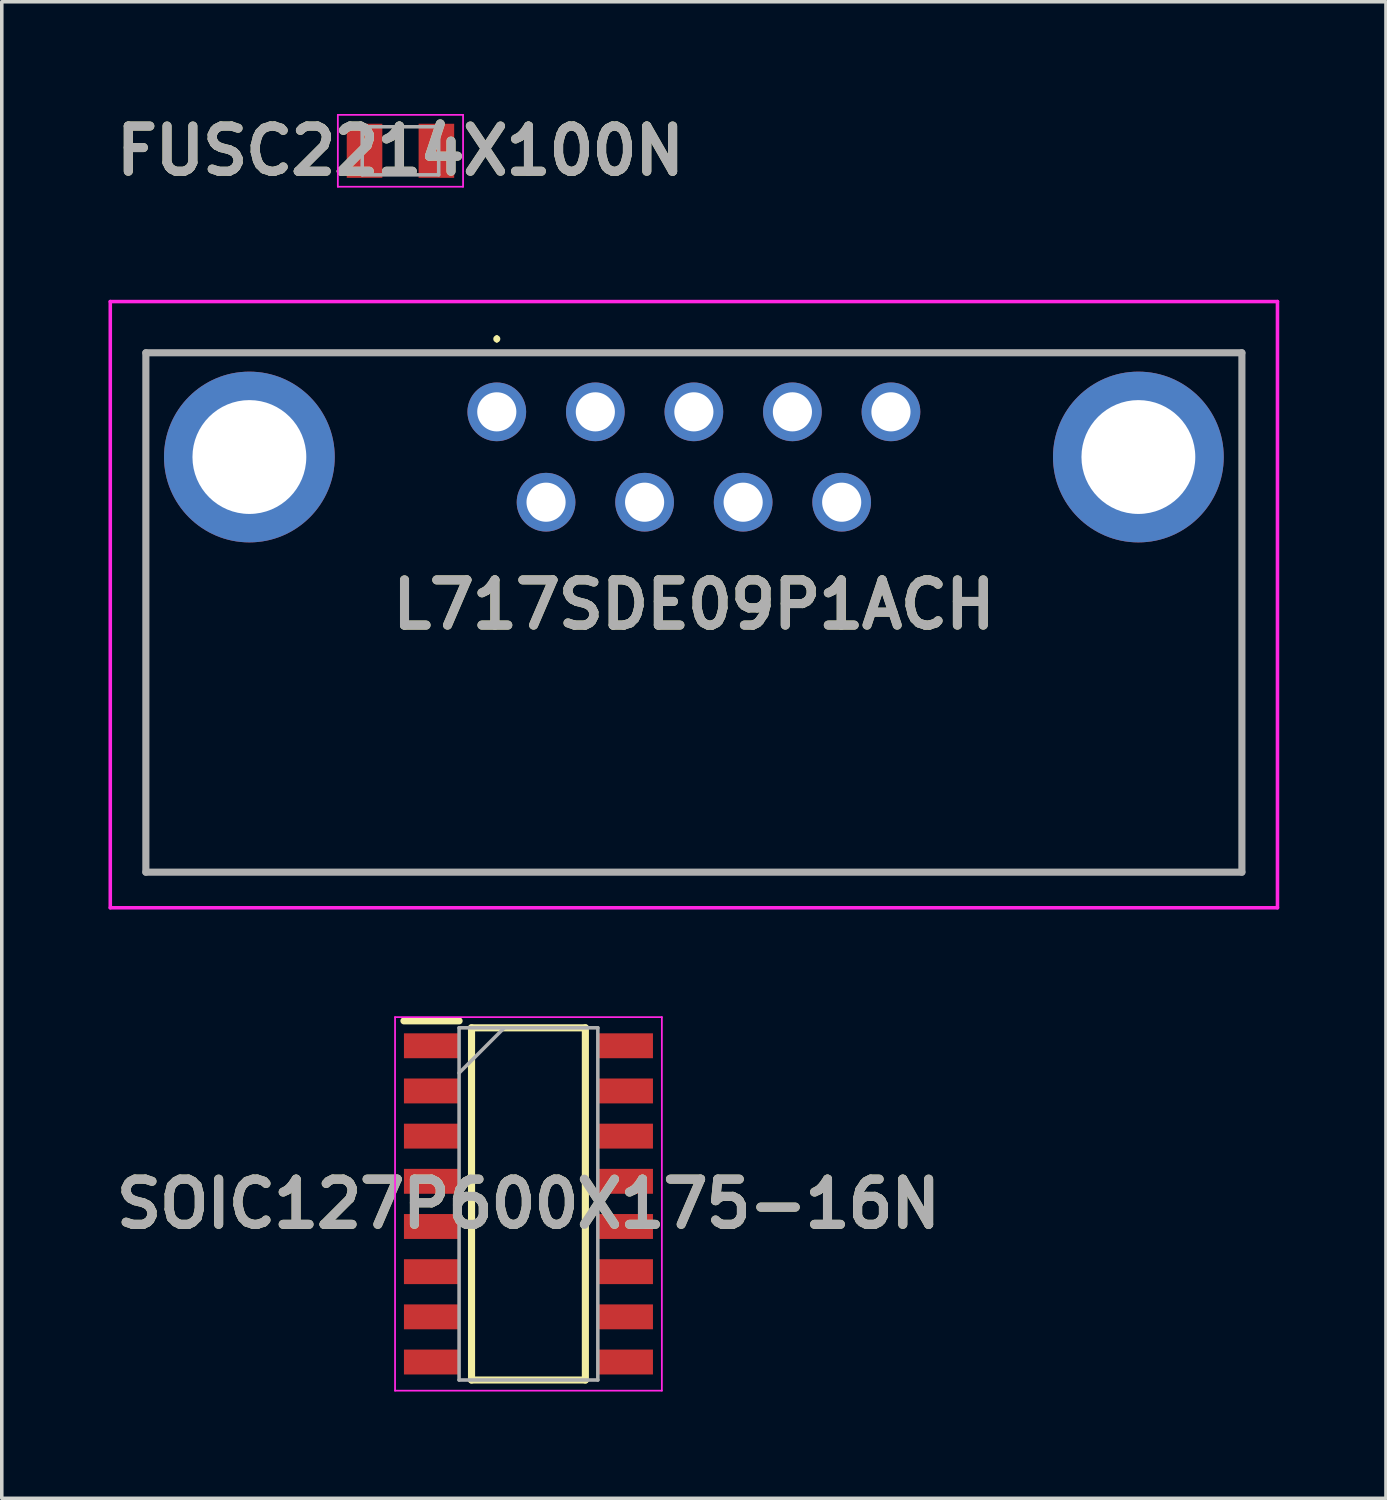
<source format=kicad_pcb>
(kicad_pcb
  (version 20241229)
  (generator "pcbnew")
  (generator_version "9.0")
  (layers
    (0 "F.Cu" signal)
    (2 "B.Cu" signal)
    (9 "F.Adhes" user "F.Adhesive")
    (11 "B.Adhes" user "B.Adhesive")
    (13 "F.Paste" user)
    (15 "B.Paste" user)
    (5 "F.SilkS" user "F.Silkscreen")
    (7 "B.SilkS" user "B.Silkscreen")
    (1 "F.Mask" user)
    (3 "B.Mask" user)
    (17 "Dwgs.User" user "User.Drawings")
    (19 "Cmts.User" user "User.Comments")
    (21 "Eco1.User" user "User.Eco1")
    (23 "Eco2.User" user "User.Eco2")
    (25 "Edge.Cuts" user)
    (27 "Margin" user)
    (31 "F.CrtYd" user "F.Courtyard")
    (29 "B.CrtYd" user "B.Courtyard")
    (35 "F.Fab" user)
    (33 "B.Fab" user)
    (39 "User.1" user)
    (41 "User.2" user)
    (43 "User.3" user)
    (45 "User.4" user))
  (footprint "FUSC2214X100N"
    (layer "F.Cu")
    (at 8.207 1.189)
    (property "Reference" "FUSC2214X100N" (at 0 0 0) (layer "F.SilkS") (effects (font (size 1.27 1.27) (thickness 0.254))))
    (attr smd)
    (fp_line (start 0 -0.575) (end 0 0.575) (stroke (width 0.2) (type solid)) (layer "F.SilkS"))
    (fp_line (start -1.76 -1.01) (end 1.76 -1.01) (stroke (width 0.05) (type solid)) (layer "F.CrtYd"))
    (fp_line (start -1.76 1.01) (end -1.76 -1.01) (stroke (width 0.05) (type solid)) (layer "F.CrtYd"))
    (fp_line (start 1.76 -1.01) (end 1.76 1.01) (stroke (width 0.05) (type solid)) (layer "F.CrtYd"))
    (fp_line (start 1.76 1.01) (end -1.76 1.01) (stroke (width 0.05) (type solid)) (layer "F.CrtYd"))
    (fp_line (start -1.075 -0.675) (end 1.075 -0.675) (stroke (width 0.1) (type solid)) (layer "F.Fab"))
    (fp_line (start -1.075 0.675) (end -1.075 -0.675) (stroke (width 0.1) (type solid)) (layer "F.Fab"))
    (fp_line (start 1.075 -0.675) (end 1.075 0.675) (stroke (width 0.1) (type solid)) (layer "F.Fab"))
    (fp_line (start 1.075 0.675) (end -1.075 0.675) (stroke (width 0.1) (type solid)) (layer "F.Fab"))
    (fp_text user "${REFERENCE}" (at 0 0 0) (layer "F.Fab") (effects (font (size 1.27 1.27) (thickness 0.254))))
    (pad "1" smd rect (at -1.01 0) (size 1 1.52) (layers "F.Cu" "F.Mask" "F.Paste"))
    (pad "2" smd rect (at 1.01 0) (size 1 1.52) (layers "F.Cu" "F.Mask" "F.Paste")))
  (footprint "L717SDE09P1ACH"
    (layer "F.Cu")
    (at 10.915 8.527)
    (property "Reference" "L717SDE09P1ACH" (at 5.54 5.42 0) (layer "F.SilkS") (effects (font (size 1.27 1.27) (thickness 0.254))))
    (attr through_hole)
    (fp_line (start -9.865 -1.66) (end 20.945 -1.66) (stroke (width 0.1) (type solid)) (layer "F.SilkS"))
    (fp_line (start -9.865 12.94) (end -9.865 -1.66) (stroke (width 0.1) (type solid)) (layer "F.SilkS"))
    (fp_line (start 0 -2.1) (end 0 -2.1) (stroke (width 0.1) (type solid)) (layer "F.SilkS"))
    (fp_line (start 0 -2) (end 0 -2) (stroke (width 0.1) (type solid)) (layer "F.SilkS"))
    (fp_line (start 20.945 -1.66) (end 20.945 12.94) (stroke (width 0.1) (type solid)) (layer "F.SilkS"))
    (fp_line (start 20.945 12.94) (end -9.865 12.94) (stroke (width 0.1) (type solid)) (layer "F.SilkS"))
    (fp_arc (start 0 -2.1) (mid 0.05 -2.05) (end 0 -2) (stroke (width 0.1) (type solid)) (layer "F.SilkS"))
    (fp_arc (start 0 -2) (mid -0.05 -2.05) (end 0 -2.1) (stroke (width 0.1) (type solid)) (layer "F.SilkS"))
    (fp_line (start -10.865 -3.1) (end 21.945 -3.1) (stroke (width 0.1) (type solid)) (layer "F.CrtYd"))
    (fp_line (start -10.865 13.94) (end -10.865 -3.1) (stroke (width 0.1) (type solid)) (layer "F.CrtYd"))
    (fp_line (start 21.945 -3.1) (end 21.945 13.94) (stroke (width 0.1) (type solid)) (layer "F.CrtYd"))
    (fp_line (start 21.945 13.94) (end -10.865 13.94) (stroke (width 0.1) (type solid)) (layer "F.CrtYd"))
    (fp_line (start -9.865 -1.66) (end 20.945 -1.66) (stroke (width 0.2) (type solid)) (layer "F.Fab"))
    (fp_line (start -9.865 12.94) (end -9.865 -1.66) (stroke (width 0.2) (type solid)) (layer "F.Fab"))
    (fp_line (start 20.945 -1.66) (end 20.945 12.94) (stroke (width 0.2) (type solid)) (layer "F.Fab"))
    (fp_line (start 20.945 12.94) (end -9.865 12.94) (stroke (width 0.2) (type solid)) (layer "F.Fab"))
    (fp_text user "${REFERENCE}" (at 5.54 5.42 0) (layer "F.Fab") (effects (font (size 1.27 1.27) (thickness 0.254))))
    (pad "1" thru_hole circle (at 0 0) (size 1.65 1.65) (drill 1.1) (layers "*.Cu" "*.Mask"))
    (pad "2" thru_hole circle (at 2.77 0) (size 1.65 1.65) (drill 1.1) (layers "*.Cu" "*.Mask"))
    (pad "3" thru_hole circle (at 5.54 0) (size 1.65 1.65) (drill 1.1) (layers "*.Cu" "*.Mask"))
    (pad "4" thru_hole circle (at 8.31 0) (size 1.65 1.65) (drill 1.1) (layers "*.Cu" "*.Mask"))
    (pad "5" thru_hole circle (at 11.08 0) (size 1.65 1.65) (drill 1.1) (layers "*.Cu" "*.Mask"))
    (pad "6" thru_hole circle (at 1.385 2.54) (size 1.65 1.65) (drill 1.1) (layers "*.Cu" "*.Mask"))
    (pad "7" thru_hole circle (at 4.155 2.54) (size 1.65 1.65) (drill 1.1) (layers "*.Cu" "*.Mask"))
    (pad "8" thru_hole circle (at 6.925 2.54) (size 1.65 1.65) (drill 1.1) (layers "*.Cu" "*.Mask"))
    (pad "9" thru_hole circle (at 9.695 2.54) (size 1.65 1.65) (drill 1.1) (layers "*.Cu" "*.Mask"))
    (pad "MH1" thru_hole circle (at -6.955 1.27) (size 4.8 4.8) (drill 3.2) (layers "*.Cu" "*.Mask"))
    (pad "MH2" thru_hole circle (at 18.035 1.27) (size 4.8 4.8) (drill 3.2) (layers "*.Cu" "*.Mask")))
  (footprint "SOIC127P600X175-16N"
    (layer "F.Cu")
    (at 11.805 30.792)
    (property "Reference" "SOIC127P600X175-16N" (at 0 0 0) (layer "F.SilkS") (effects (font (size 1.27 1.27) (thickness 0.254))))
    (attr smd)
    (fp_line (start -3.5 -5.145) (end -1.95 -5.145) (stroke (width 0.2) (type solid)) (layer "F.SilkS"))
    (fp_line (start -1.6 -4.95) (end 1.6 -4.95) (stroke (width 0.2) (type solid)) (layer "F.SilkS"))
    (fp_line (start -1.6 4.95) (end -1.6 -4.95) (stroke (width 0.2) (type solid)) (layer "F.SilkS"))
    (fp_line (start 1.6 -4.95) (end 1.6 4.95) (stroke (width 0.2) (type solid)) (layer "F.SilkS"))
    (fp_line (start 1.6 4.95) (end -1.6 4.95) (stroke (width 0.2) (type solid)) (layer "F.SilkS"))
    (fp_line (start -3.75 -5.25) (end 3.75 -5.25) (stroke (width 0.05) (type solid)) (layer "F.CrtYd"))
    (fp_line (start -3.75 5.25) (end -3.75 -5.25) (stroke (width 0.05) (type solid)) (layer "F.CrtYd"))
    (fp_line (start 3.75 -5.25) (end 3.75 5.25) (stroke (width 0.05) (type solid)) (layer "F.CrtYd"))
    (fp_line (start 3.75 5.25) (end -3.75 5.25) (stroke (width 0.05) (type solid)) (layer "F.CrtYd"))
    (fp_line (start -1.95 -4.95) (end 1.95 -4.95) (stroke (width 0.1) (type solid)) (layer "F.Fab"))
    (fp_line (start -1.95 -3.68) (end -0.68 -4.95) (stroke (width 0.1) (type solid)) (layer "F.Fab"))
    (fp_line (start -1.95 4.95) (end -1.95 -4.95) (stroke (width 0.1) (type solid)) (layer "F.Fab"))
    (fp_line (start 1.95 -4.95) (end 1.95 4.95) (stroke (width 0.1) (type solid)) (layer "F.Fab"))
    (fp_line (start 1.95 4.95) (end -1.95 4.95) (stroke (width 0.1) (type solid)) (layer "F.Fab"))
    (fp_text user "${REFERENCE}" (at 0 0 0) (layer "F.Fab") (effects (font (size 1.27 1.27) (thickness 0.254))))
    (pad "1" smd rect (at -2.725 -4.445 90) (size 0.7 1.55) (layers "F.Cu" "F.Mask" "F.Paste"))
    (pad "2" smd rect (at -2.725 -3.175 90) (size 0.7 1.55) (layers "F.Cu" "F.Mask" "F.Paste"))
    (pad "3" smd rect (at -2.725 -1.905 90) (size 0.7 1.55) (layers "F.Cu" "F.Mask" "F.Paste"))
    (pad "4" smd rect (at -2.725 -0.635 90) (size 0.7 1.55) (layers "F.Cu" "F.Mask" "F.Paste"))
    (pad "5" smd rect (at -2.725 0.635 90) (size 0.7 1.55) (layers "F.Cu" "F.Mask" "F.Paste"))
    (pad "6" smd rect (at -2.725 1.905 90) (size 0.7 1.55) (layers "F.Cu" "F.Mask" "F.Paste"))
    (pad "7" smd rect (at -2.725 3.175 90) (size 0.7 1.55) (layers "F.Cu" "F.Mask" "F.Paste"))
    (pad "8" smd rect (at -2.725 4.445 90) (size 0.7 1.55) (layers "F.Cu" "F.Mask" "F.Paste"))
    (pad "9" smd rect (at 2.725 4.445 90) (size 0.7 1.55) (layers "F.Cu" "F.Mask" "F.Paste"))
    (pad "10" smd rect (at 2.725 3.175 90) (size 0.7 1.55) (layers "F.Cu" "F.Mask" "F.Paste"))
    (pad "11" smd rect (at 2.725 1.905 90) (size 0.7 1.55) (layers "F.Cu" "F.Mask" "F.Paste"))
    (pad "12" smd rect (at 2.725 0.635 90) (size 0.7 1.55) (layers "F.Cu" "F.Mask" "F.Paste"))
    (pad "13" smd rect (at 2.725 -0.635 90) (size 0.7 1.55) (layers "F.Cu" "F.Mask" "F.Paste"))
    (pad "14" smd rect (at 2.725 -1.905 90) (size 0.7 1.55) (layers "F.Cu" "F.Mask" "F.Paste"))
    (pad "15" smd rect (at 2.725 -3.175 90) (size 0.7 1.55) (layers "F.Cu" "F.Mask" "F.Paste"))
    (pad "16" smd rect (at 2.725 -4.445 90) (size 0.7 1.55) (layers "F.Cu" "F.Mask" "F.Paste")))
  (gr_rect
    (start -3 -3)
    (end 35.91 39.067)
    (stroke (width 0.1) (type default))
    (fill no)
    (layer "Edge.Cuts")))
</source>
